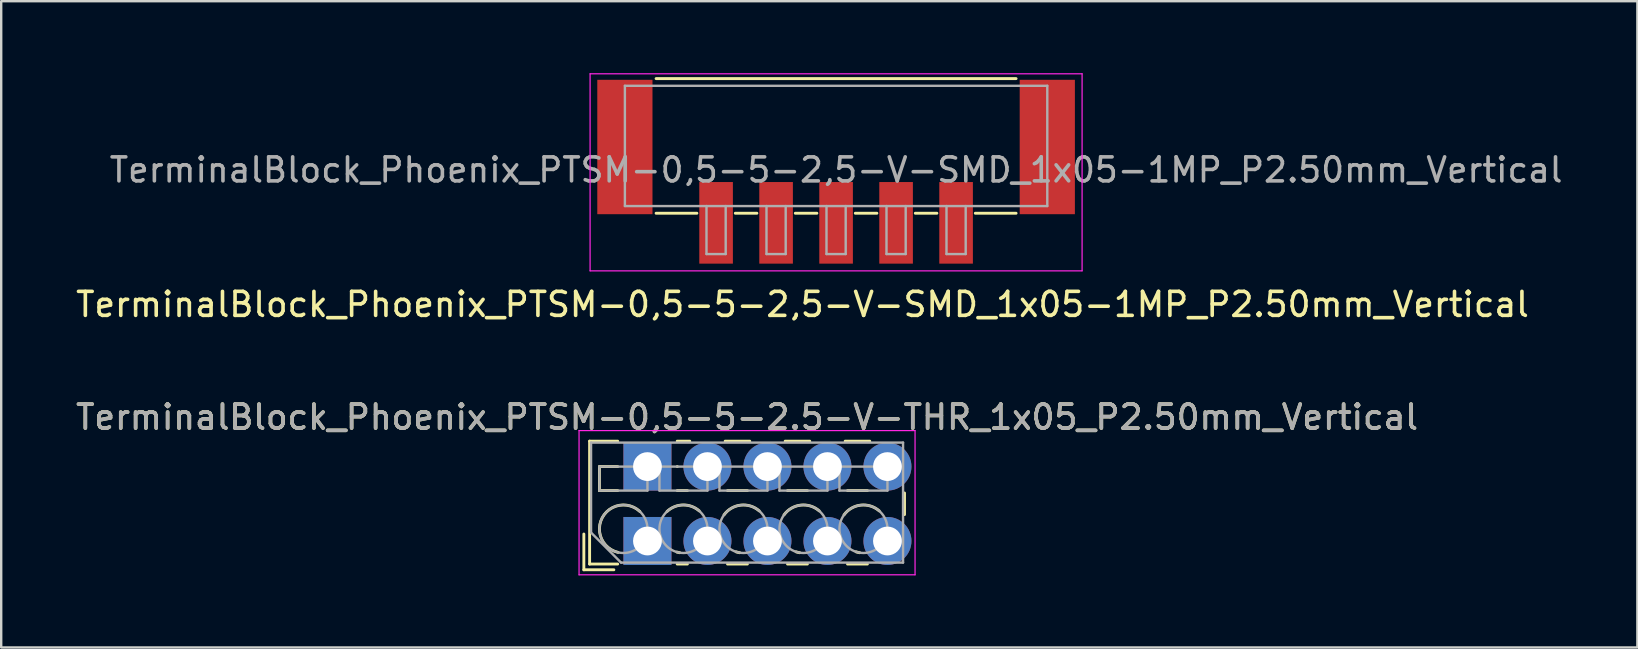
<source format=kicad_pcb>
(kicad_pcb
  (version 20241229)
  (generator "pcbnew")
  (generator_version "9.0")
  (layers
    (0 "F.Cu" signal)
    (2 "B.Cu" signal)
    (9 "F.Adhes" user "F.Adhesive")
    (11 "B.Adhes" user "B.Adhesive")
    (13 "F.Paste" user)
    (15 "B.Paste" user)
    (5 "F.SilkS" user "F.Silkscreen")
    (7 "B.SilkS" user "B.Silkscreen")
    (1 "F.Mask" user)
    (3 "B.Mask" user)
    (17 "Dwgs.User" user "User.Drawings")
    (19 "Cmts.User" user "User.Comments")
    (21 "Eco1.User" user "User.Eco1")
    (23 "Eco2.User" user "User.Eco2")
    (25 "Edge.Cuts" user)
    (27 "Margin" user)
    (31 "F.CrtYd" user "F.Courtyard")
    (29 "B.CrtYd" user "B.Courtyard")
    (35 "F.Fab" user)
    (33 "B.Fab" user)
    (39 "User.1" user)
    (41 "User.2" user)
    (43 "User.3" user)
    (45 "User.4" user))
  (footprint "TerminalBlock_Phoenix_PTSM-0,5-5-2,5-V-SMD_1x05-1MP_P2.50mm_Vertical"
    (layer "F.Cu")
    (at 31.787 4.105)
    (property "Reference" "TerminalBlock_Phoenix_PTSM-0,5-5-2,5-V-SMD_1x05-1MP_P2.50mm_Vertical" (at -1.4 5.53 0) (layer "F.SilkS") (effects (font (size 1 1) (thickness 0.15))))
    (attr smd)
    (fp_line (start -7.5 -3.88) (end 7.5 -3.88) (stroke (width 0.12) (type solid)) (layer "F.SilkS"))
    (fp_line (start -5.8 1.73) (end -7.5 1.73) (stroke (width 0.12) (type solid)) (layer "F.SilkS"))
    (fp_line (start -3.3 1.73) (end -4.2 1.73) (stroke (width 0.12) (type solid)) (layer "F.SilkS"))
    (fp_line (start -0.8 1.73) (end -1.7 1.73) (stroke (width 0.12) (type solid)) (layer "F.SilkS"))
    (fp_line (start 1.7 1.73) (end 0.8 1.73) (stroke (width 0.12) (type solid)) (layer "F.SilkS"))
    (fp_line (start 4.2 1.73) (end 3.3 1.73) (stroke (width 0.12) (type solid)) (layer "F.SilkS"))
    (fp_line (start 7.5 1.73) (end 5.8 1.73) (stroke (width 0.12) (type solid)) (layer "F.SilkS"))
    (fp_line (start -10.25 -4.08) (end 10.25 -4.08) (stroke (width 0.05) (type solid)) (layer "F.CrtYd"))
    (fp_line (start -10.25 4.13) (end -10.25 -4.08) (stroke (width 0.05) (type solid)) (layer "F.CrtYd"))
    (fp_line (start 10.25 -4.08) (end 10.25 4.13) (stroke (width 0.05) (type solid)) (layer "F.CrtYd"))
    (fp_line (start 10.25 4.13) (end -10.25 4.13) (stroke (width 0.05) (type solid)) (layer "F.CrtYd"))
    (fp_line (start -8.8 -3.58) (end 8.8 -3.58) (stroke (width 0.1) (type solid)) (layer "F.Fab"))
    (fp_line (start -8.8 1.43) (end -8.8 -3.58) (stroke (width 0.1) (type solid)) (layer "F.Fab"))
    (fp_line (start -5.4 1.43) (end -5.4 3.43) (stroke (width 0.1) (type solid)) (layer "F.Fab"))
    (fp_line (start -5.4 3.43) (end -4.6 3.43) (stroke (width 0.1) (type solid)) (layer "F.Fab"))
    (fp_line (start -4.6 1.43) (end -4.6 3.43) (stroke (width 0.1) (type solid)) (layer "F.Fab"))
    (fp_line (start -2.9 1.43) (end -2.9 3.43) (stroke (width 0.1) (type solid)) (layer "F.Fab"))
    (fp_line (start -2.9 3.43) (end -2.1 3.43) (stroke (width 0.1) (type solid)) (layer "F.Fab"))
    (fp_line (start -2.1 1.43) (end -2.1 3.43) (stroke (width 0.1) (type solid)) (layer "F.Fab"))
    (fp_line (start -0.4 1.43) (end -0.4 3.43) (stroke (width 0.1) (type solid)) (layer "F.Fab"))
    (fp_line (start -0.4 3.43) (end 0.4 3.43) (stroke (width 0.1) (type solid)) (layer "F.Fab"))
    (fp_line (start 0.4 1.43) (end 0.4 3.43) (stroke (width 0.1) (type solid)) (layer "F.Fab"))
    (fp_line (start 2.1 1.43) (end 2.1 3.43) (stroke (width 0.1) (type solid)) (layer "F.Fab"))
    (fp_line (start 2.1 3.43) (end 2.9 3.43) (stroke (width 0.1) (type solid)) (layer "F.Fab"))
    (fp_line (start 2.9 1.43) (end 2.9 3.43) (stroke (width 0.1) (type solid)) (layer "F.Fab"))
    (fp_line (start 4.6 1.43) (end 4.6 3.43) (stroke (width 0.1) (type solid)) (layer "F.Fab"))
    (fp_line (start 4.6 3.43) (end 5.4 3.43) (stroke (width 0.1) (type solid)) (layer "F.Fab"))
    (fp_line (start 5.4 1.43) (end 5.4 3.43) (stroke (width 0.1) (type solid)) (layer "F.Fab"))
    (fp_line (start 8.8 1.43) (end -8.8 1.43) (stroke (width 0.1) (type solid)) (layer "F.Fab"))
    (fp_line (start 8.8 1.43) (end 8.8 -3.58) (stroke (width 0.1) (type solid)) (layer "F.Fab"))
    (fp_text user "${REFERENCE}" (at 0 -0.075 0) (layer "F.Fab") (effects (font (size 1 1) (thickness 0.15))))
    (pad "1" smd rect (at -5 2.13 180) (size 1.4 3.4) (layers "F.Cu" "F.Mask" "F.Paste"))
    (pad "2" smd rect (at -2.5 2.13 180) (size 1.4 3.4) (layers "F.Cu" "F.Mask" "F.Paste"))
    (pad "3" smd rect (at 0 2.13 180) (size 1.4 3.4) (layers "F.Cu" "F.Mask" "F.Paste"))
    (pad "4" smd rect (at 2.5 2.13 180) (size 1.4 3.4) (layers "F.Cu" "F.Mask" "F.Paste"))
    (pad "5" smd rect (at 5 2.13 180) (size 1.4 3.4) (layers "F.Cu" "F.Mask" "F.Paste"))
    (pad "MP" smd rect (at -8.8 -1.03 180) (size 2.3 5.6) (layers "F.Cu" "F.Mask" "F.Paste"))
    (pad "MP" smd rect (at 8.8 -1.03 180) (size 2.3 5.6) (layers "F.Cu" "F.Mask" "F.Paste")))
  (footprint "TerminalBlock_Phoenix_PTSM-0,5-5-2.5-V-THR_1x05_P2.50mm_Vertical"
    (layer "F.Cu")
    (at 23.927 19.491)
    (property "Reference" "TerminalBlock_Phoenix_PTSM-0,5-5-2.5-V-THR_1x05_P2.50mm_Vertical" (at 4.15 -5.16 0) (layer "F.SilkS") (effects (font (size 1 1) (thickness 0.15))))
    (attr through_hole)
    (fp_line (start -2.65 -0.29) (end -2.65 1.2) (stroke (width 0.12) (type solid)) (layer "F.SilkS"))
    (fp_line (start -2.65 1.2) (end -1.4 1.2) (stroke (width 0.12) (type solid)) (layer "F.SilkS"))
    (fp_line (start -2.41 -4.16) (end -2.41 0.961) (stroke (width 0.12) (type solid)) (layer "F.SilkS"))
    (fp_line (start -2.41 -4.16) (end -1.24 -4.16) (stroke (width 0.12) (type solid)) (layer "F.SilkS"))
    (fp_line (start -2.41 0.961) (end -1.24 0.961) (stroke (width 0.12) (type solid)) (layer "F.SilkS"))
    (fp_line (start -2 -3.1) (end -2 -2.1) (stroke (width 0.12) (type solid)) (layer "F.SilkS"))
    (fp_line (start -2 -3.1) (end -1.24 -3.1) (stroke (width 0.12) (type solid)) (layer "F.SilkS"))
    (fp_line (start -2 -2.1) (end -1.24 -2.1) (stroke (width 0.12) (type solid)) (layer "F.SilkS"))
    (fp_line (start 1.24 -4.16) (end 1.763 -4.16) (stroke (width 0.12) (type solid)) (layer "F.SilkS"))
    (fp_line (start 1.24 -3.1) (end 1.245 -3.1) (stroke (width 0.12) (type solid)) (layer "F.SilkS"))
    (fp_line (start 1.24 -2.1) (end 1.665 -2.1) (stroke (width 0.12) (type solid)) (layer "F.SilkS"))
    (fp_line (start 1.24 0.961) (end 1.665 0.961) (stroke (width 0.12) (type solid)) (layer "F.SilkS"))
    (fp_line (start 3.238 -4.16) (end 4.263 -4.16) (stroke (width 0.12) (type solid)) (layer "F.SilkS"))
    (fp_line (start 3.336 -2.1) (end 4.165 -2.1) (stroke (width 0.12) (type solid)) (layer "F.SilkS"))
    (fp_line (start 3.336 0.961) (end 4.165 0.961) (stroke (width 0.12) (type solid)) (layer "F.SilkS"))
    (fp_line (start 5.738 -4.16) (end 6.763 -4.16) (stroke (width 0.12) (type solid)) (layer "F.SilkS"))
    (fp_line (start 5.836 -2.1) (end 6.665 -2.1) (stroke (width 0.12) (type solid)) (layer "F.SilkS"))
    (fp_line (start 5.836 0.961) (end 6.665 0.961) (stroke (width 0.12) (type solid)) (layer "F.SilkS"))
    (fp_line (start 8.238 -4.16) (end 9.263 -4.16) (stroke (width 0.12) (type solid)) (layer "F.SilkS"))
    (fp_line (start 8.336 -2.1) (end 9.165 -2.1) (stroke (width 0.12) (type solid)) (layer "F.SilkS"))
    (fp_line (start 8.336 0.961) (end 9.165 0.961) (stroke (width 0.12) (type solid)) (layer "F.SilkS"))
    (fp_line (start 10.71 -2) (end 10.71 -1.1) (stroke (width 0.12) (type solid)) (layer "F.SilkS"))
    (fp_arc (start -1.224629 0.474931) (mid -1.883573 -0.969306) (end -0.318 -1.232) (stroke (width 0.12) (type solid)) (layer "F.SilkS"))
    (fp_arc (start 0.817811 -1.23232) (mid 1.483053 -1.500693) (end 2.157 -1.255) (stroke (width 0.12) (type solid)) (layer "F.SilkS"))
    (fp_arc (start 1.344288 0.488343) (mid 1.284242 0.476994) (end 1.225 0.462) (stroke (width 0.12) (type solid)) (layer "F.SilkS"))
    (fp_arc (start 3.190612 -1.088697) (mid 3.887218 -1.494461) (end 4.657 -1.255) (stroke (width 0.12) (type solid)) (layer "F.SilkS"))
    (fp_arc (start 3.84373 0.488618) (mid 3.766646 0.47331) (end 3.691 0.452) (stroke (width 0.12) (type solid)) (layer "F.SilkS"))
    (fp_arc (start 5.690612 -1.088697) (mid 6.387218 -1.494461) (end 7.157 -1.255) (stroke (width 0.12) (type solid)) (layer "F.SilkS"))
    (fp_arc (start 6.34373 0.488618) (mid 6.266646 0.47331) (end 6.191 0.452) (stroke (width 0.12) (type solid)) (layer "F.SilkS"))
    (fp_arc (start 8.190612 -1.088697) (mid 8.887218 -1.494461) (end 9.657 -1.255) (stroke (width 0.12) (type solid)) (layer "F.SilkS"))
    (fp_arc (start 8.84373 0.488618) (mid 8.766646 0.47331) (end 8.691 0.452) (stroke (width 0.12) (type solid)) (layer "F.SilkS"))
    (fp_line (start -2.85 -4.6) (end -2.85 1.41) (stroke (width 0.05) (type solid)) (layer "F.CrtYd"))
    (fp_line (start -2.85 1.41) (end 11.15 1.41) (stroke (width 0.05) (type solid)) (layer "F.CrtYd"))
    (fp_line (start 11.15 -4.6) (end -2.85 -4.6) (stroke (width 0.05) (type solid)) (layer "F.CrtYd"))
    (fp_line (start 11.15 1.41) (end 11.15 -4.6) (stroke (width 0.05) (type solid)) (layer "F.CrtYd"))
    (fp_line (start -2.35 -4.1) (end 10.65 -4.1) (stroke (width 0.1) (type solid)) (layer "F.Fab"))
    (fp_line (start -2.35 -0.35) (end -2.35 -4.1) (stroke (width 0.1) (type solid)) (layer "F.Fab"))
    (fp_line (start -2 -3.1) (end -2 -2.1) (stroke (width 0.1) (type solid)) (layer "F.Fab"))
    (fp_line (start -2 -2.1) (end 0 -2.1) (stroke (width 0.1) (type solid)) (layer "F.Fab"))
    (fp_line (start -1.1 0.9) (end -2.35 -0.35) (stroke (width 0.1) (type solid)) (layer "F.Fab"))
    (fp_line (start 0 -3.1) (end -2 -3.1) (stroke (width 0.1) (type solid)) (layer "F.Fab"))
    (fp_line (start 0 -2.1) (end 0 -3.1) (stroke (width 0.1) (type solid)) (layer "F.Fab"))
    (fp_line (start 0.5 -3.1) (end 0.5 -2.1) (stroke (width 0.1) (type solid)) (layer "F.Fab"))
    (fp_line (start 0.5 -2.1) (end 2.5 -2.1) (stroke (width 0.1) (type solid)) (layer "F.Fab"))
    (fp_line (start 2.5 -3.1) (end 0.5 -3.1) (stroke (width 0.1) (type solid)) (layer "F.Fab"))
    (fp_line (start 2.5 -2.1) (end 2.5 -3.1) (stroke (width 0.1) (type solid)) (layer "F.Fab"))
    (fp_line (start 3 -3.1) (end 3 -2.1) (stroke (width 0.1) (type solid)) (layer "F.Fab"))
    (fp_line (start 3 -2.1) (end 5 -2.1) (stroke (width 0.1) (type solid)) (layer "F.Fab"))
    (fp_line (start 5 -3.1) (end 3 -3.1) (stroke (width 0.1) (type solid)) (layer "F.Fab"))
    (fp_line (start 5 -2.1) (end 5 -3.1) (stroke (width 0.1) (type solid)) (layer "F.Fab"))
    (fp_line (start 5.5 -3.1) (end 5.5 -2.1) (stroke (width 0.1) (type solid)) (layer "F.Fab"))
    (fp_line (start 5.5 -2.1) (end 7.5 -2.1) (stroke (width 0.1) (type solid)) (layer "F.Fab"))
    (fp_line (start 7.5 -3.1) (end 5.5 -3.1) (stroke (width 0.1) (type solid)) (layer "F.Fab"))
    (fp_line (start 7.5 -2.1) (end 7.5 -3.1) (stroke (width 0.1) (type solid)) (layer "F.Fab"))
    (fp_line (start 8 -3.1) (end 8 -2.1) (stroke (width 0.1) (type solid)) (layer "F.Fab"))
    (fp_line (start 8 -2.1) (end 10 -2.1) (stroke (width 0.1) (type solid)) (layer "F.Fab"))
    (fp_line (start 10 -3.1) (end 8 -3.1) (stroke (width 0.1) (type solid)) (layer "F.Fab"))
    (fp_line (start 10 -2.1) (end 10 -3.1) (stroke (width 0.1) (type solid)) (layer "F.Fab"))
    (fp_line (start 10.65 -4.1) (end 10.65 0.9) (stroke (width 0.1) (type solid)) (layer "F.Fab"))
    (fp_line (start 10.65 0.9) (end -1.1 0.9) (stroke (width 0.1) (type solid)) (layer "F.Fab"))
    (fp_circle (center -1 -0.5) (end 0 -0.5) (stroke (width 0.1) (type solid)) (fill no) (layer "F.Fab"))
    (fp_circle (center 1.5 -0.5) (end 2.5 -0.5) (stroke (width 0.1) (type solid)) (fill no) (layer "F.Fab"))
    (fp_circle (center 4 -0.5) (end 5 -0.5) (stroke (width 0.1) (type solid)) (fill no) (layer "F.Fab"))
    (fp_circle (center 6.5 -0.5) (end 7.5 -0.5) (stroke (width 0.1) (type solid)) (fill no) (layer "F.Fab"))
    (fp_circle (center 9 -0.5) (end 10 -0.5) (stroke (width 0.1) (type solid)) (fill no) (layer "F.Fab"))
    (fp_text user "${REFERENCE}" (at 4.15 -5.16 0) (layer "F.Fab") (effects (font (size 1 1) (thickness 0.15))))
    (pad "1" thru_hole rect (at 0 -3.1) (size 2 2) (drill 1.2) (layers "*.Cu" "*.Mask"))
    (pad "1" thru_hole rect (at 0 0) (size 2 2) (drill 1.2) (layers "*.Cu" "*.Mask"))
    (pad "2" thru_hole circle (at 2.5 -3.1) (size 2 2) (drill 1.2) (layers "*.Cu" "*.Mask"))
    (pad "2" thru_hole circle (at 2.5 0) (size 2 2) (drill 1.2) (layers "*.Cu" "*.Mask"))
    (pad "3" thru_hole circle (at 5 -3.1) (size 2 2) (drill 1.2) (layers "*.Cu" "*.Mask"))
    (pad "3" thru_hole circle (at 5 0) (size 2 2) (drill 1.2) (layers "*.Cu" "*.Mask"))
    (pad "4" thru_hole circle (at 7.5 -3.1) (size 2 2) (drill 1.2) (layers "*.Cu" "*.Mask"))
    (pad "4" thru_hole circle (at 7.5 0) (size 2 2) (drill 1.2) (layers "*.Cu" "*.Mask"))
    (pad "5" thru_hole circle (at 10 -3.1) (size 2 2) (drill 1.2) (layers "*.Cu" "*.Mask"))
    (pad "5" thru_hole circle (at 10 0) (size 2 2) (drill 1.2) (layers "*.Cu" "*.Mask")))
  (gr_rect
    (start -3 -3)
    (end 65.174 23.927)
    (stroke (width 0.1) (type default))
    (fill no)
    (layer "Edge.Cuts")))
</source>
